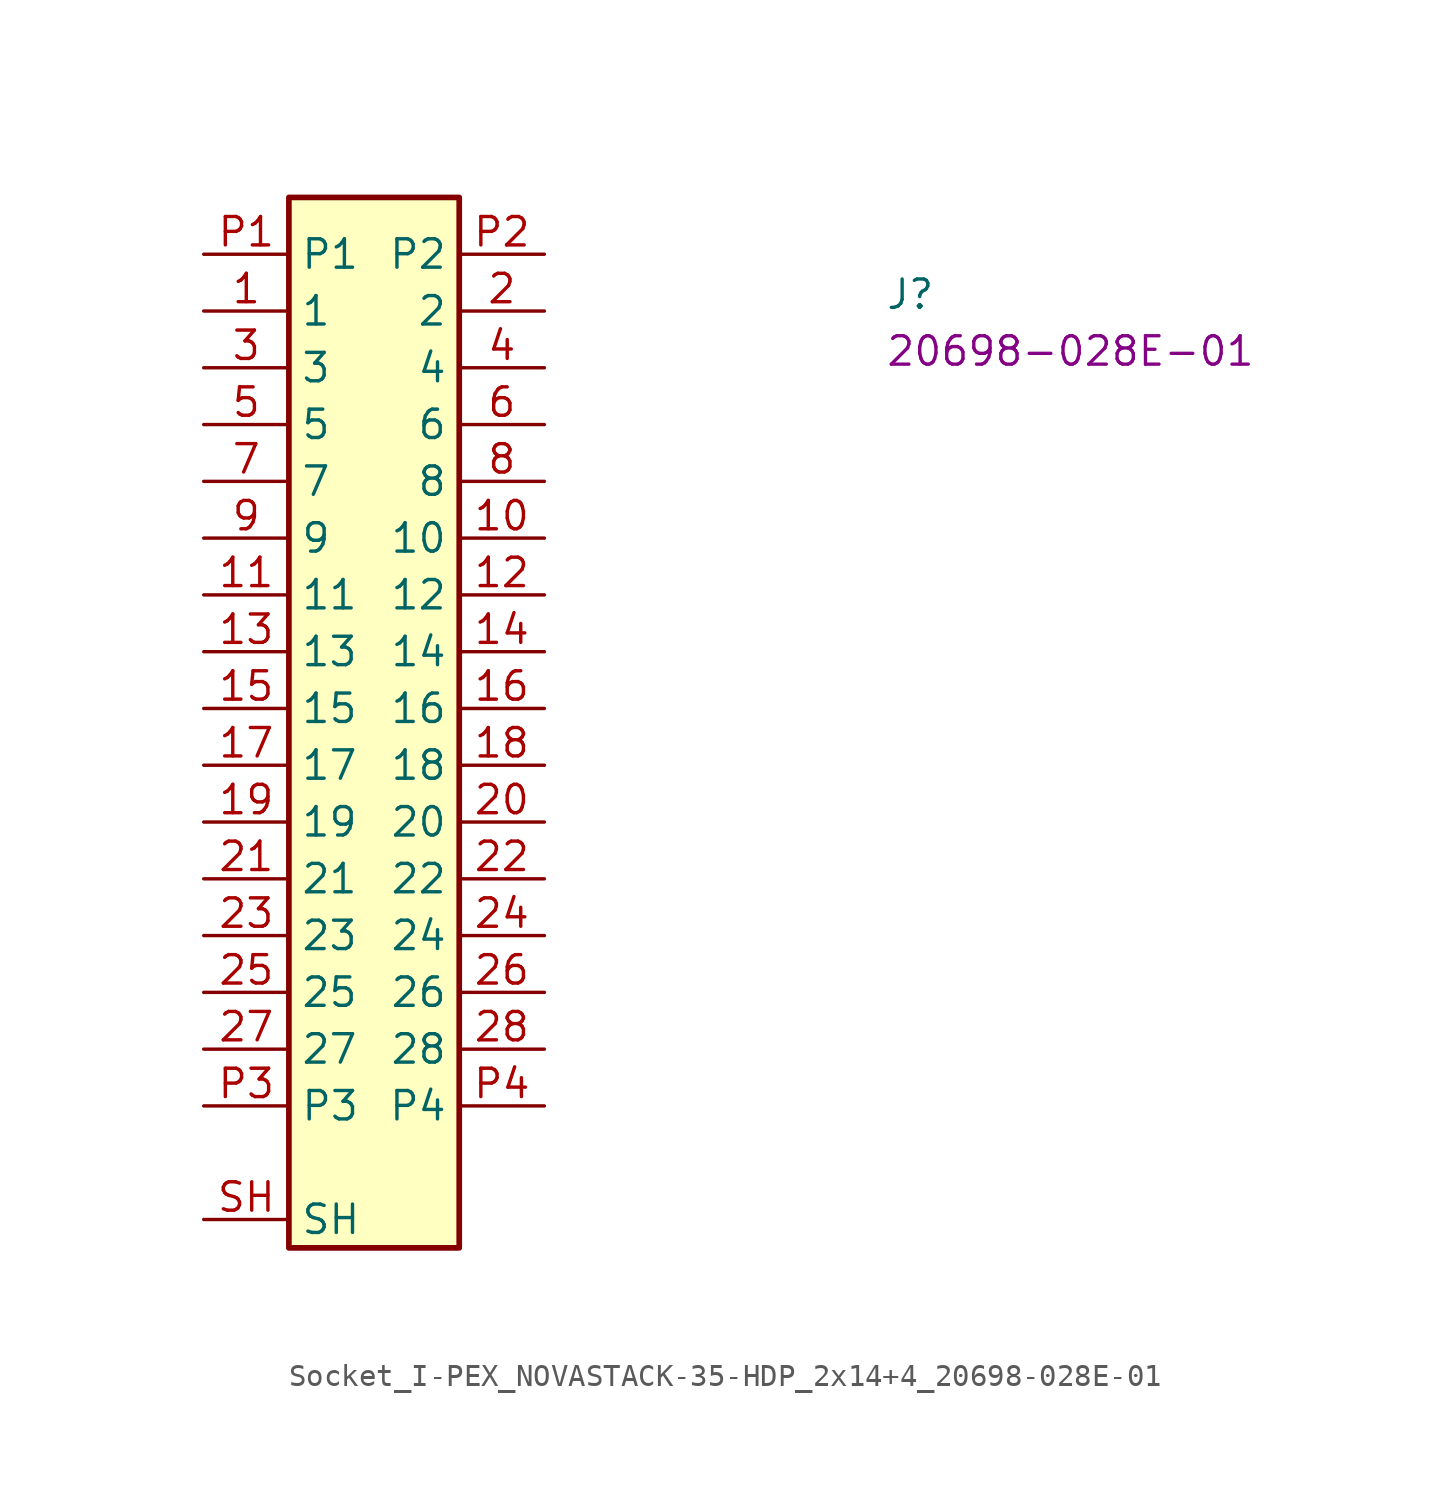
<source format=kicad_sym>
(kicad_symbol_lib
  (version 20220914)
  (generator kicad_symbol_editor)
  (symbol "Socket_I-PEX_NOVASTACK-35-HDP_2x14+4_20698-028E-01"
    (property "Reference" "J"
      (at 30.48 -2.54 0)
      (effects (font (size 1.27 1.27) (thickness 0.15)) (justify left bottom)))
    (property "MPN" "20698-028E-01"
      (at 30.48 -5.08 0)
      (effects (font (size 1.27 1.27) (thickness 0.15)) (justify left bottom)))
    (symbol "Socket_I-PEX_NOVASTACK-35-HDP_2x14+4_20698-028E-01_1_1"
      (rectangle (start 3.81 2.54) (end 11.43 -44.45) (stroke (width 0.254) (type default)) (fill (type background)))
      (pin passive line (at 0 -2.54 0) (length 3.81) (name "1" (effects (font (size 1.27 1.27)))) (number "1" (effects (font (size 1.27 1.27)))))
      (pin passive line (at 15.24 -12.7 180) (length 3.81) (name "10" (effects (font (size 1.27 1.27)))) (number "10" (effects (font (size 1.27 1.27)))))
      (pin passive line (at 0 -15.24 0) (length 3.81) (name "11" (effects (font (size 1.27 1.27)))) (number "11" (effects (font (size 1.27 1.27)))))
      (pin passive line (at 15.24 -15.24 180) (length 3.81) (name "12" (effects (font (size 1.27 1.27)))) (number "12" (effects (font (size 1.27 1.27)))))
      (pin passive line (at 0 -17.78 0) (length 3.81) (name "13" (effects (font (size 1.27 1.27)))) (number "13" (effects (font (size 1.27 1.27)))))
      (pin passive line (at 15.24 -17.78 180) (length 3.81) (name "14" (effects (font (size 1.27 1.27)))) (number "14" (effects (font (size 1.27 1.27)))))
      (pin passive line (at 0 -20.32 0) (length 3.81) (name "15" (effects (font (size 1.27 1.27)))) (number "15" (effects (font (size 1.27 1.27)))))
      (pin passive line (at 15.24 -20.32 180) (length 3.81) (name "16" (effects (font (size 1.27 1.27)))) (number "16" (effects (font (size 1.27 1.27)))))
      (pin passive line (at 0 -22.86 0) (length 3.81) (name "17" (effects (font (size 1.27 1.27)))) (number "17" (effects (font (size 1.27 1.27)))))
      (pin passive line (at 15.24 -22.86 180) (length 3.81) (name "18" (effects (font (size 1.27 1.27)))) (number "18" (effects (font (size 1.27 1.27)))))
      (pin passive line (at 0 -25.4 0) (length 3.81) (name "19" (effects (font (size 1.27 1.27)))) (number "19" (effects (font (size 1.27 1.27)))))
      (pin passive line (at 15.24 -2.54 180) (length 3.81) (name "2" (effects (font (size 1.27 1.27)))) (number "2" (effects (font (size 1.27 1.27)))))
      (pin passive line (at 15.24 -25.4 180) (length 3.81) (name "20" (effects (font (size 1.27 1.27)))) (number "20" (effects (font (size 1.27 1.27)))))
      (pin passive line (at 0 -27.94 0) (length 3.81) (name "21" (effects (font (size 1.27 1.27)))) (number "21" (effects (font (size 1.27 1.27)))))
      (pin passive line (at 15.24 -27.94 180) (length 3.81) (name "22" (effects (font (size 1.27 1.27)))) (number "22" (effects (font (size 1.27 1.27)))))
      (pin passive line (at 0 -30.48 0) (length 3.81) (name "23" (effects (font (size 1.27 1.27)))) (number "23" (effects (font (size 1.27 1.27)))))
      (pin passive line (at 15.24 -30.48 180) (length 3.81) (name "24" (effects (font (size 1.27 1.27)))) (number "24" (effects (font (size 1.27 1.27)))))
      (pin passive line (at 0 -33.02 0) (length 3.81) (name "25" (effects (font (size 1.27 1.27)))) (number "25" (effects (font (size 1.27 1.27)))))
      (pin passive line (at 15.24 -33.02 180) (length 3.81) (name "26" (effects (font (size 1.27 1.27)))) (number "26" (effects (font (size 1.27 1.27)))))
      (pin passive line (at 0 -35.56 0) (length 3.81) (name "27" (effects (font (size 1.27 1.27)))) (number "27" (effects (font (size 1.27 1.27)))))
      (pin passive line (at 15.24 -35.56 180) (length 3.81) (name "28" (effects (font (size 1.27 1.27)))) (number "28" (effects (font (size 1.27 1.27)))))
      (pin passive line (at 0 -5.08 0) (length 3.81) (name "3" (effects (font (size 1.27 1.27)))) (number "3" (effects (font (size 1.27 1.27)))))
      (pin passive line (at 15.24 -5.08 180) (length 3.81) (name "4" (effects (font (size 1.27 1.27)))) (number "4" (effects (font (size 1.27 1.27)))))
      (pin passive line (at 0 -7.62 0) (length 3.81) (name "5" (effects (font (size 1.27 1.27)))) (number "5" (effects (font (size 1.27 1.27)))))
      (pin passive line (at 15.24 -7.62 180) (length 3.81) (name "6" (effects (font (size 1.27 1.27)))) (number "6" (effects (font (size 1.27 1.27)))))
      (pin passive line (at 0 -10.16 0) (length 3.81) (name "7" (effects (font (size 1.27 1.27)))) (number "7" (effects (font (size 1.27 1.27)))))
      (pin passive line (at 15.24 -10.16 180) (length 3.81) (name "8" (effects (font (size 1.27 1.27)))) (number "8" (effects (font (size 1.27 1.27)))))
      (pin passive line (at 0 -12.7 0) (length 3.81) (name "9" (effects (font (size 1.27 1.27)))) (number "9" (effects (font (size 1.27 1.27)))))
      (pin passive line (at 0 0 0) (length 3.81) (name "P1" (effects (font (size 1.27 1.27)))) (number "P1" (effects (font (size 1.27 1.27)))))
      (pin passive line (at 15.24 0 180) (length 3.81) (name "P2" (effects (font (size 1.27 1.27)))) (number "P2" (effects (font (size 1.27 1.27)))))
      (pin passive line (at 0 -38.1 0) (length 3.81) (name "P3" (effects (font (size 1.27 1.27)))) (number "P3" (effects (font (size 1.27 1.27)))))
      (pin passive line (at 15.24 -38.1 180) (length 3.81) (name "P4" (effects (font (size 1.27 1.27)))) (number "P4" (effects (font (size 1.27 1.27)))))
      (pin passive line (at 0 -43.18 0) (length 3.81) (name "SH" (effects (font (size 1.27 1.27)))) (number "SH" (effects (font (size 1.27 1.27))))))))
</source>
